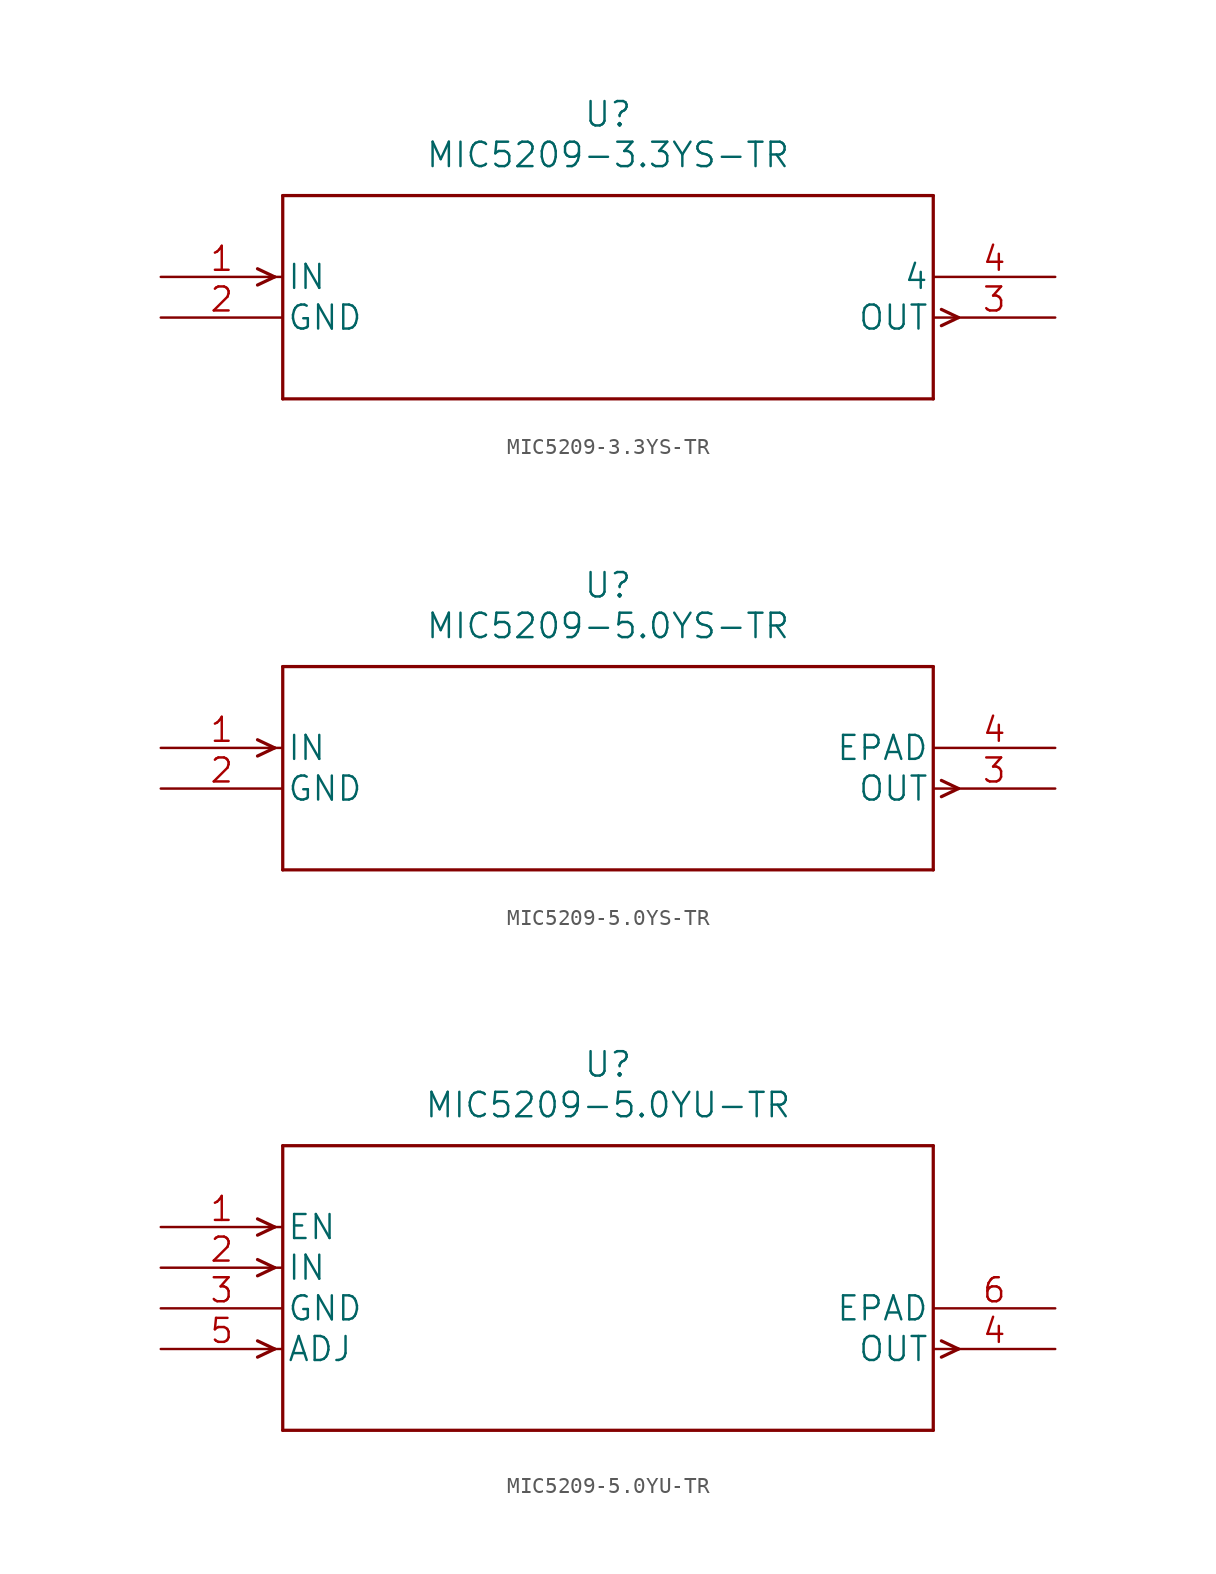
<source format=kicad_sym>
(kicad_symbol_lib
  (version 20211014)
  (generator kicad_symbol_editor)
  (symbol "MIC5209-3.3YS-TR"
    (pin_names
      (offset 0.254))
    (property "Reference" "U"
      (at 27.94 10.16 0)
      (effects (font (size 1.524 1.524))))
    (property "Value" "MIC5209-3.3YS-TR"
      (at 27.94 7.62 0)
      (effects (font (size 1.524 1.524))))
    (property "Datasheet" ""
      (at 0 0 0)
      (effects (font (size 1.524 1.524))))
    (property "ki_locked" ""
      (at 0 0 0)
      (effects (font (size 1.27 1.27))))
    (symbol "MIC5209-3.3YS-TR_1_1"
      (polyline (pts (xy 7.112 0) (xy 6.045 -0.508)) (stroke (width 0.203) (type default) (color 0 0 0 0)) (fill (type none)))
      (polyline (pts (xy 7.112 0) (xy 6.045 0.508)) (stroke (width 0.203) (type default) (color 0 0 0 0)) (fill (type none)))
      (polyline (pts (xy 7.62 -7.62) (xy 48.26 -7.62)) (stroke (width 0.203) (type default) (color 0 0 0 0)) (fill (type none)))
      (polyline (pts (xy 7.62 5.08) (xy 7.62 -7.62)) (stroke (width 0.203) (type default) (color 0 0 0 0)) (fill (type none)))
      (polyline (pts (xy 48.26 -7.62) (xy 48.26 5.08)) (stroke (width 0.203) (type default) (color 0 0 0 0)) (fill (type none)))
      (polyline (pts (xy 48.26 5.08) (xy 7.62 5.08)) (stroke (width 0.203) (type default) (color 0 0 0 0)) (fill (type none)))
      (polyline (pts (xy 48.768 -3.048) (xy 49.835 -2.54)) (stroke (width 0.203) (type default) (color 0 0 0 0)) (fill (type none)))
      (polyline (pts (xy 48.768 -2.032) (xy 49.835 -2.54)) (stroke (width 0.203) (type default) (color 0 0 0 0)) (fill (type none)))
      (pin input line (at 0 0 0) (length 7.62) (name "IN" (effects (font (size 1.499 1.499)))) (number "1" (effects (font (size 1.499 1.499)))))
      (pin power_in line (at 0 -2.54 0) (length 7.62) (name "GND" (effects (font (size 1.499 1.499)))) (number "2" (effects (font (size 1.499 1.499)))))
      (pin output line (at 55.88 -2.54 180) (length 7.62) (name "OUT" (effects (font (size 1.499 1.499)))) (number "3" (effects (font (size 1.499 1.499)))))
      (pin unspecified line (at 55.88 0 180) (length 7.62) (name "4" (effects (font (size 1.499 1.499)))) (number "4" (effects (font (size 1.499 1.499)))))))
  (symbol "MIC5209-5.0YS-TR"
    (pin_names
      (offset 0.254))
    (property "Reference" "U"
      (at 27.94 10.16 0)
      (effects (font (size 1.524 1.524))))
    (property "Value" "MIC5209-5.0YS-TR"
      (at 27.94 7.62 0)
      (effects (font (size 1.524 1.524))))
    (property "Datasheet" ""
      (at 0 0 0)
      (effects (font (size 1.524 1.524))))
    (property "ki_locked" ""
      (at 0 0 0)
      (effects (font (size 1.27 1.27))))
    (symbol "MIC5209-5.0YS-TR_1_1"
      (polyline (pts (xy 7.112 0) (xy 6.045 -0.508)) (stroke (width 0.203) (type default) (color 0 0 0 0)) (fill (type none)))
      (polyline (pts (xy 7.112 0) (xy 6.045 0.508)) (stroke (width 0.203) (type default) (color 0 0 0 0)) (fill (type none)))
      (polyline (pts (xy 7.62 -7.62) (xy 48.26 -7.62)) (stroke (width 0.203) (type default) (color 0 0 0 0)) (fill (type none)))
      (polyline (pts (xy 7.62 5.08) (xy 7.62 -7.62)) (stroke (width 0.203) (type default) (color 0 0 0 0)) (fill (type none)))
      (polyline (pts (xy 48.26 -7.62) (xy 48.26 5.08)) (stroke (width 0.203) (type default) (color 0 0 0 0)) (fill (type none)))
      (polyline (pts (xy 48.26 5.08) (xy 7.62 5.08)) (stroke (width 0.203) (type default) (color 0 0 0 0)) (fill (type none)))
      (polyline (pts (xy 48.768 -3.048) (xy 49.835 -2.54)) (stroke (width 0.203) (type default) (color 0 0 0 0)) (fill (type none)))
      (polyline (pts (xy 48.768 -2.032) (xy 49.835 -2.54)) (stroke (width 0.203) (type default) (color 0 0 0 0)) (fill (type none)))
      (pin input line (at 0 0 0) (length 7.62) (name "IN" (effects (font (size 1.499 1.499)))) (number "1" (effects (font (size 1.499 1.499)))))
      (pin power_in line (at 0 -2.54 0) (length 7.62) (name "GND" (effects (font (size 1.499 1.499)))) (number "2" (effects (font (size 1.499 1.499)))))
      (pin output line (at 55.88 -2.54 180) (length 7.62) (name "OUT" (effects (font (size 1.499 1.499)))) (number "3" (effects (font (size 1.499 1.499)))))
      (pin unspecified line (at 55.88 0 180) (length 7.62) (name "EPAD" (effects (font (size 1.499 1.499)))) (number "4" (effects (font (size 1.499 1.499)))))))
  (symbol "MIC5209-5.0YU-TR"
    (pin_names
      (offset 0.254))
    (property "Reference" "U"
      (at 27.94 10.16 0)
      (effects (font (size 1.524 1.524))))
    (property "Value" "MIC5209-5.0YU-TR"
      (at 27.94 7.62 0)
      (effects (font (size 1.524 1.524))))
    (property "Datasheet" ""
      (at 0 0 0)
      (effects (font (size 1.524 1.524))))
    (symbol "MIC5209-5.0YU-TR_1_1"
      (polyline (pts (xy 7.112 -7.62) (xy 6.045 -8.128)) (stroke (width 0.203) (type default) (color 0 0 0 0)) (fill (type none)))
      (polyline (pts (xy 7.112 -7.62) (xy 6.045 -7.112)) (stroke (width 0.203) (type default) (color 0 0 0 0)) (fill (type none)))
      (polyline (pts (xy 7.112 -2.54) (xy 6.045 -3.048)) (stroke (width 0.203) (type default) (color 0 0 0 0)) (fill (type none)))
      (polyline (pts (xy 7.112 -2.54) (xy 6.045 -2.032)) (stroke (width 0.203) (type default) (color 0 0 0 0)) (fill (type none)))
      (polyline (pts (xy 7.112 0) (xy 6.045 -0.508)) (stroke (width 0.203) (type default) (color 0 0 0 0)) (fill (type none)))
      (polyline (pts (xy 7.112 0) (xy 6.045 0.508)) (stroke (width 0.203) (type default) (color 0 0 0 0)) (fill (type none)))
      (polyline (pts (xy 7.62 -12.7) (xy 48.26 -12.7)) (stroke (width 0.203) (type default) (color 0 0 0 0)) (fill (type none)))
      (polyline (pts (xy 7.62 5.08) (xy 7.62 -12.7)) (stroke (width 0.203) (type default) (color 0 0 0 0)) (fill (type none)))
      (polyline (pts (xy 48.26 -12.7) (xy 48.26 5.08)) (stroke (width 0.203) (type default) (color 0 0 0 0)) (fill (type none)))
      (polyline (pts (xy 48.26 5.08) (xy 7.62 5.08)) (stroke (width 0.203) (type default) (color 0 0 0 0)) (fill (type none)))
      (polyline (pts (xy 48.768 -8.128) (xy 49.835 -7.62)) (stroke (width 0.203) (type default) (color 0 0 0 0)) (fill (type none)))
      (polyline (pts (xy 48.768 -7.112) (xy 49.835 -7.62)) (stroke (width 0.203) (type default) (color 0 0 0 0)) (fill (type none)))
      (pin input line (at 0 0 0) (length 7.62) (name "EN" (effects (font (size 1.499 1.499)))) (number "1" (effects (font (size 1.499 1.499)))))
      (pin input line (at 0 -2.54 0) (length 7.62) (name "IN" (effects (font (size 1.499 1.499)))) (number "2" (effects (font (size 1.499 1.499)))))
      (pin power_in line (at 0 -5.08 0) (length 7.62) (name "GND" (effects (font (size 1.499 1.499)))) (number "3" (effects (font (size 1.499 1.499)))))
      (pin output line (at 55.88 -7.62 180) (length 7.62) (name "OUT" (effects (font (size 1.499 1.499)))) (number "4" (effects (font (size 1.499 1.499)))))
      (pin input line (at 0 -7.62 0) (length 7.62) (name "ADJ" (effects (font (size 1.499 1.499)))) (number "5" (effects (font (size 1.499 1.499)))))
      (pin unspecified line (at 55.88 -5.08 180) (length 7.62) (name "EPAD" (effects (font (size 1.499 1.499)))) (number "6" (effects (font (size 1.499 1.499))))))))
</source>
